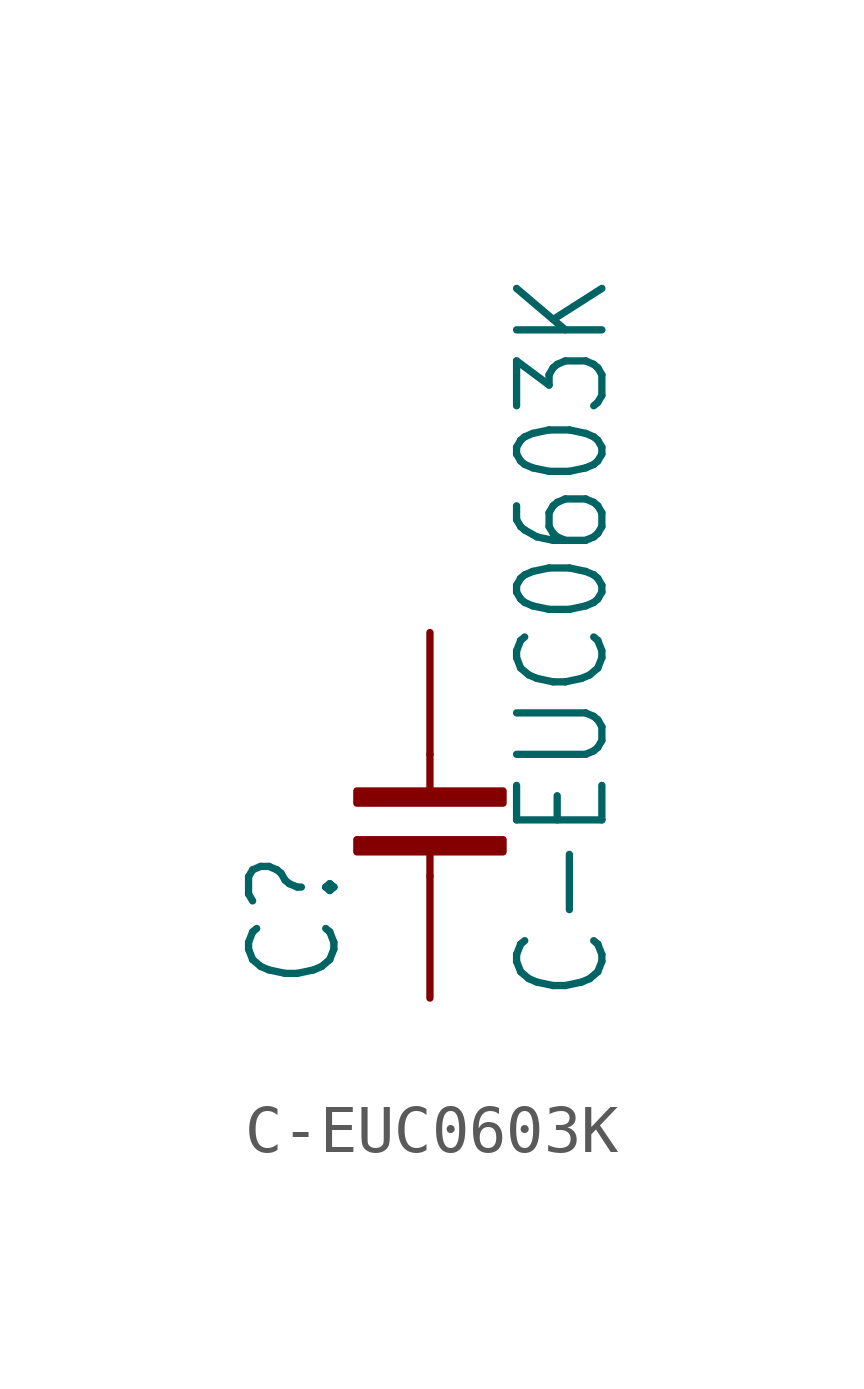
<source format=kicad_sym>
(kicad_symbol_lib
  (version 20211014)
  (generator kicad_symbol_editor)
  (symbol "C-EUC0603K"
    (property "Reference" "C"
      (at -1.778 -4.953 90)
      (effects (font (size 1.778 1.511)) (justify left bottom)))
    (property "Value" "C-EUC0603K"
      (at 3.81 -5.207 90)
      (effects (font (size 1.778 1.511)) (justify left bottom)))
    (property "ki_locked" ""
      (at 0 0 0)
      (effects (font (size 1.27 1.27))))
    (symbol "C-EUC0603K_1_0"
      (rectangle (start -1.524 -2.032) (end 1.524 -1.778) (stroke (width 0) (type default) (color 0 0 0 0)) (fill (type outline)))
      (rectangle (start -1.524 -1.016) (end 1.524 -0.762) (stroke (width 0) (type default) (color 0 0 0 0)) (fill (type outline)))
      (polyline (pts (xy 0 -2.54) (xy 0 -2.032)) (stroke (width 0.152) (type default) (color 0 0 0 0)) (fill (type none)))
      (polyline (pts (xy 0 0) (xy 0 -0.762)) (stroke (width 0.152) (type default) (color 0 0 0 0)) (fill (type none)))
      (pin passive line (at 0 2.54 270) (length 2.54) (name "1" (effects (font (size 0 0)))) (number "1" (effects (font (size 0 0)))))
      (pin passive line (at 0 -5.08 90) (length 2.54) (name "2" (effects (font (size 0 0)))) (number "2" (effects (font (size 0 0))))))))
</source>
